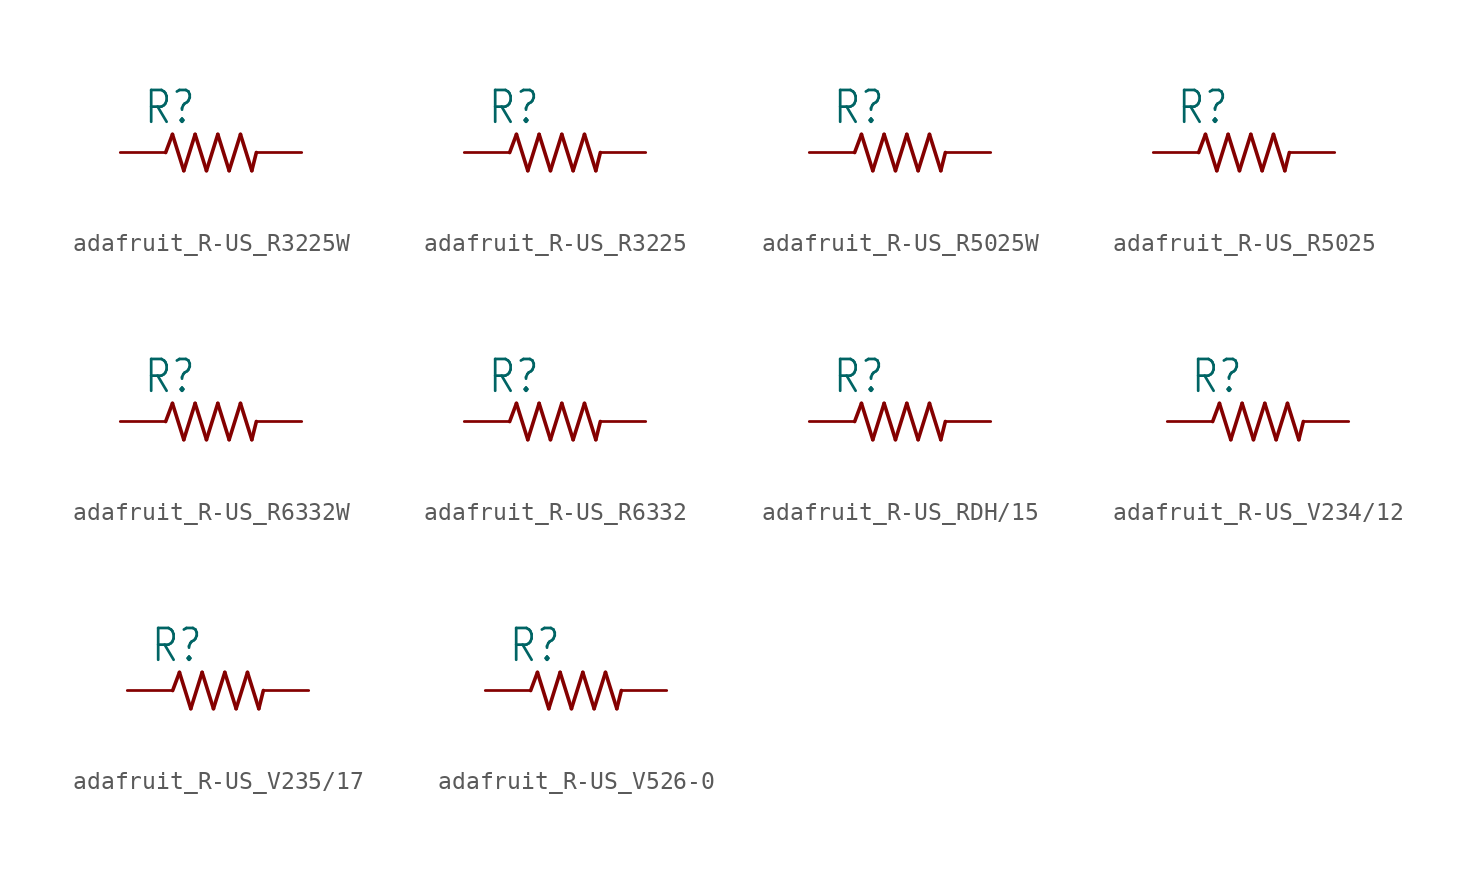
<source format=kicad_sym>
(kicad_symbol_lib
  (version 20220914)
  (generator kicad_symbol_editor)
  (symbol "adafruit_R-US_R3225W"
    (property "Reference" "R"
      (at -3.81 1.499 0)
      (effects (font (size 1.778 1.511)) (justify left bottom)))
    (property "Value" ""
      (at -3.81 -3.302 0)
      (effects (font (size 1.778 1.511)) (justify left bottom)))
    (property "ki_locked" ""
      (at 0 0 0)
      (effects (font (size 1.27 1.27))))
    (symbol "adafruit_R-US_R3225W_1_0"
      (polyline (pts (xy -2.54 0) (xy -2.159 1.016)) (stroke (width 0.203) (type solid)) (fill (type none)))
      (polyline (pts (xy -2.159 1.016) (xy -1.524 -1.016)) (stroke (width 0.203) (type solid)) (fill (type none)))
      (polyline (pts (xy -1.524 -1.016) (xy -0.889 1.016)) (stroke (width 0.203) (type solid)) (fill (type none)))
      (polyline (pts (xy -0.889 1.016) (xy -0.254 -1.016)) (stroke (width 0.203) (type solid)) (fill (type none)))
      (polyline (pts (xy -0.254 -1.016) (xy 0.381 1.016)) (stroke (width 0.203) (type solid)) (fill (type none)))
      (polyline (pts (xy 0.381 1.016) (xy 1.016 -1.016)) (stroke (width 0.203) (type solid)) (fill (type none)))
      (polyline (pts (xy 1.016 -1.016) (xy 1.651 1.016)) (stroke (width 0.203) (type solid)) (fill (type none)))
      (polyline (pts (xy 1.651 1.016) (xy 2.286 -1.016)) (stroke (width 0.203) (type solid)) (fill (type none)))
      (polyline (pts (xy 2.286 -1.016) (xy 2.54 0)) (stroke (width 0.203) (type solid)) (fill (type none)))
      (pin passive line (at -5.08 0 0) (length 2.54) (name "1" (effects (font (size 0 0)))) (number "1" (effects (font (size 0 0)))))
      (pin passive line (at 5.08 0 180) (length 2.54) (name "2" (effects (font (size 0 0)))) (number "2" (effects (font (size 0 0)))))))
  (symbol "adafruit_R-US_R3225"
    (property "Reference" "R"
      (at -3.81 1.499 0)
      (effects (font (size 1.778 1.511)) (justify left bottom)))
    (property "Value" ""
      (at -3.81 -3.302 0)
      (effects (font (size 1.778 1.511)) (justify left bottom)))
    (property "ki_locked" ""
      (at 0 0 0)
      (effects (font (size 1.27 1.27))))
    (symbol "adafruit_R-US_R3225_1_0"
      (polyline (pts (xy -2.54 0) (xy -2.159 1.016)) (stroke (width 0.203) (type solid)) (fill (type none)))
      (polyline (pts (xy -2.159 1.016) (xy -1.524 -1.016)) (stroke (width 0.203) (type solid)) (fill (type none)))
      (polyline (pts (xy -1.524 -1.016) (xy -0.889 1.016)) (stroke (width 0.203) (type solid)) (fill (type none)))
      (polyline (pts (xy -0.889 1.016) (xy -0.254 -1.016)) (stroke (width 0.203) (type solid)) (fill (type none)))
      (polyline (pts (xy -0.254 -1.016) (xy 0.381 1.016)) (stroke (width 0.203) (type solid)) (fill (type none)))
      (polyline (pts (xy 0.381 1.016) (xy 1.016 -1.016)) (stroke (width 0.203) (type solid)) (fill (type none)))
      (polyline (pts (xy 1.016 -1.016) (xy 1.651 1.016)) (stroke (width 0.203) (type solid)) (fill (type none)))
      (polyline (pts (xy 1.651 1.016) (xy 2.286 -1.016)) (stroke (width 0.203) (type solid)) (fill (type none)))
      (polyline (pts (xy 2.286 -1.016) (xy 2.54 0)) (stroke (width 0.203) (type solid)) (fill (type none)))
      (pin passive line (at -5.08 0 0) (length 2.54) (name "1" (effects (font (size 0 0)))) (number "1" (effects (font (size 0 0)))))
      (pin passive line (at 5.08 0 180) (length 2.54) (name "2" (effects (font (size 0 0)))) (number "2" (effects (font (size 0 0)))))))
  (symbol "adafruit_R-US_R5025W"
    (property "Reference" "R"
      (at -3.81 1.499 0)
      (effects (font (size 1.778 1.511)) (justify left bottom)))
    (property "Value" ""
      (at -3.81 -3.302 0)
      (effects (font (size 1.778 1.511)) (justify left bottom)))
    (property "ki_locked" ""
      (at 0 0 0)
      (effects (font (size 1.27 1.27))))
    (symbol "adafruit_R-US_R5025W_1_0"
      (polyline (pts (xy -2.54 0) (xy -2.159 1.016)) (stroke (width 0.203) (type solid)) (fill (type none)))
      (polyline (pts (xy -2.159 1.016) (xy -1.524 -1.016)) (stroke (width 0.203) (type solid)) (fill (type none)))
      (polyline (pts (xy -1.524 -1.016) (xy -0.889 1.016)) (stroke (width 0.203) (type solid)) (fill (type none)))
      (polyline (pts (xy -0.889 1.016) (xy -0.254 -1.016)) (stroke (width 0.203) (type solid)) (fill (type none)))
      (polyline (pts (xy -0.254 -1.016) (xy 0.381 1.016)) (stroke (width 0.203) (type solid)) (fill (type none)))
      (polyline (pts (xy 0.381 1.016) (xy 1.016 -1.016)) (stroke (width 0.203) (type solid)) (fill (type none)))
      (polyline (pts (xy 1.016 -1.016) (xy 1.651 1.016)) (stroke (width 0.203) (type solid)) (fill (type none)))
      (polyline (pts (xy 1.651 1.016) (xy 2.286 -1.016)) (stroke (width 0.203) (type solid)) (fill (type none)))
      (polyline (pts (xy 2.286 -1.016) (xy 2.54 0)) (stroke (width 0.203) (type solid)) (fill (type none)))
      (pin passive line (at -5.08 0 0) (length 2.54) (name "1" (effects (font (size 0 0)))) (number "1" (effects (font (size 0 0)))))
      (pin passive line (at 5.08 0 180) (length 2.54) (name "2" (effects (font (size 0 0)))) (number "2" (effects (font (size 0 0)))))))
  (symbol "adafruit_R-US_R5025"
    (property "Reference" "R"
      (at -3.81 1.499 0)
      (effects (font (size 1.778 1.511)) (justify left bottom)))
    (property "Value" ""
      (at -3.81 -3.302 0)
      (effects (font (size 1.778 1.511)) (justify left bottom)))
    (property "ki_locked" ""
      (at 0 0 0)
      (effects (font (size 1.27 1.27))))
    (symbol "adafruit_R-US_R5025_1_0"
      (polyline (pts (xy -2.54 0) (xy -2.159 1.016)) (stroke (width 0.203) (type solid)) (fill (type none)))
      (polyline (pts (xy -2.159 1.016) (xy -1.524 -1.016)) (stroke (width 0.203) (type solid)) (fill (type none)))
      (polyline (pts (xy -1.524 -1.016) (xy -0.889 1.016)) (stroke (width 0.203) (type solid)) (fill (type none)))
      (polyline (pts (xy -0.889 1.016) (xy -0.254 -1.016)) (stroke (width 0.203) (type solid)) (fill (type none)))
      (polyline (pts (xy -0.254 -1.016) (xy 0.381 1.016)) (stroke (width 0.203) (type solid)) (fill (type none)))
      (polyline (pts (xy 0.381 1.016) (xy 1.016 -1.016)) (stroke (width 0.203) (type solid)) (fill (type none)))
      (polyline (pts (xy 1.016 -1.016) (xy 1.651 1.016)) (stroke (width 0.203) (type solid)) (fill (type none)))
      (polyline (pts (xy 1.651 1.016) (xy 2.286 -1.016)) (stroke (width 0.203) (type solid)) (fill (type none)))
      (polyline (pts (xy 2.286 -1.016) (xy 2.54 0)) (stroke (width 0.203) (type solid)) (fill (type none)))
      (pin passive line (at -5.08 0 0) (length 2.54) (name "1" (effects (font (size 0 0)))) (number "1" (effects (font (size 0 0)))))
      (pin passive line (at 5.08 0 180) (length 2.54) (name "2" (effects (font (size 0 0)))) (number "2" (effects (font (size 0 0)))))))
  (symbol "adafruit_R-US_R6332W"
    (property "Reference" "R"
      (at -3.81 1.499 0)
      (effects (font (size 1.778 1.511)) (justify left bottom)))
    (property "Value" ""
      (at -3.81 -3.302 0)
      (effects (font (size 1.778 1.511)) (justify left bottom)))
    (property "ki_locked" ""
      (at 0 0 0)
      (effects (font (size 1.27 1.27))))
    (symbol "adafruit_R-US_R6332W_1_0"
      (polyline (pts (xy -2.54 0) (xy -2.159 1.016)) (stroke (width 0.203) (type solid)) (fill (type none)))
      (polyline (pts (xy -2.159 1.016) (xy -1.524 -1.016)) (stroke (width 0.203) (type solid)) (fill (type none)))
      (polyline (pts (xy -1.524 -1.016) (xy -0.889 1.016)) (stroke (width 0.203) (type solid)) (fill (type none)))
      (polyline (pts (xy -0.889 1.016) (xy -0.254 -1.016)) (stroke (width 0.203) (type solid)) (fill (type none)))
      (polyline (pts (xy -0.254 -1.016) (xy 0.381 1.016)) (stroke (width 0.203) (type solid)) (fill (type none)))
      (polyline (pts (xy 0.381 1.016) (xy 1.016 -1.016)) (stroke (width 0.203) (type solid)) (fill (type none)))
      (polyline (pts (xy 1.016 -1.016) (xy 1.651 1.016)) (stroke (width 0.203) (type solid)) (fill (type none)))
      (polyline (pts (xy 1.651 1.016) (xy 2.286 -1.016)) (stroke (width 0.203) (type solid)) (fill (type none)))
      (polyline (pts (xy 2.286 -1.016) (xy 2.54 0)) (stroke (width 0.203) (type solid)) (fill (type none)))
      (pin passive line (at -5.08 0 0) (length 2.54) (name "1" (effects (font (size 0 0)))) (number "1" (effects (font (size 0 0)))))
      (pin passive line (at 5.08 0 180) (length 2.54) (name "2" (effects (font (size 0 0)))) (number "2" (effects (font (size 0 0)))))))
  (symbol "adafruit_R-US_R6332"
    (property "Reference" "R"
      (at -3.81 1.499 0)
      (effects (font (size 1.778 1.511)) (justify left bottom)))
    (property "Value" ""
      (at -3.81 -3.302 0)
      (effects (font (size 1.778 1.511)) (justify left bottom)))
    (property "ki_locked" ""
      (at 0 0 0)
      (effects (font (size 1.27 1.27))))
    (symbol "adafruit_R-US_R6332_1_0"
      (polyline (pts (xy -2.54 0) (xy -2.159 1.016)) (stroke (width 0.203) (type solid)) (fill (type none)))
      (polyline (pts (xy -2.159 1.016) (xy -1.524 -1.016)) (stroke (width 0.203) (type solid)) (fill (type none)))
      (polyline (pts (xy -1.524 -1.016) (xy -0.889 1.016)) (stroke (width 0.203) (type solid)) (fill (type none)))
      (polyline (pts (xy -0.889 1.016) (xy -0.254 -1.016)) (stroke (width 0.203) (type solid)) (fill (type none)))
      (polyline (pts (xy -0.254 -1.016) (xy 0.381 1.016)) (stroke (width 0.203) (type solid)) (fill (type none)))
      (polyline (pts (xy 0.381 1.016) (xy 1.016 -1.016)) (stroke (width 0.203) (type solid)) (fill (type none)))
      (polyline (pts (xy 1.016 -1.016) (xy 1.651 1.016)) (stroke (width 0.203) (type solid)) (fill (type none)))
      (polyline (pts (xy 1.651 1.016) (xy 2.286 -1.016)) (stroke (width 0.203) (type solid)) (fill (type none)))
      (polyline (pts (xy 2.286 -1.016) (xy 2.54 0)) (stroke (width 0.203) (type solid)) (fill (type none)))
      (pin passive line (at -5.08 0 0) (length 2.54) (name "1" (effects (font (size 0 0)))) (number "1" (effects (font (size 0 0)))))
      (pin passive line (at 5.08 0 180) (length 2.54) (name "2" (effects (font (size 0 0)))) (number "2" (effects (font (size 0 0)))))))
  (symbol "adafruit_R-US_RDH/15"
    (property "Reference" "R"
      (at -3.81 1.499 0)
      (effects (font (size 1.778 1.511)) (justify left bottom)))
    (property "Value" ""
      (at -3.81 -3.302 0)
      (effects (font (size 1.778 1.511)) (justify left bottom)))
    (property "ki_locked" ""
      (at 0 0 0)
      (effects (font (size 1.27 1.27))))
    (symbol "adafruit_R-US_RDH/15_1_0"
      (polyline (pts (xy -2.54 0) (xy -2.159 1.016)) (stroke (width 0.203) (type solid)) (fill (type none)))
      (polyline (pts (xy -2.159 1.016) (xy -1.524 -1.016)) (stroke (width 0.203) (type solid)) (fill (type none)))
      (polyline (pts (xy -1.524 -1.016) (xy -0.889 1.016)) (stroke (width 0.203) (type solid)) (fill (type none)))
      (polyline (pts (xy -0.889 1.016) (xy -0.254 -1.016)) (stroke (width 0.203) (type solid)) (fill (type none)))
      (polyline (pts (xy -0.254 -1.016) (xy 0.381 1.016)) (stroke (width 0.203) (type solid)) (fill (type none)))
      (polyline (pts (xy 0.381 1.016) (xy 1.016 -1.016)) (stroke (width 0.203) (type solid)) (fill (type none)))
      (polyline (pts (xy 1.016 -1.016) (xy 1.651 1.016)) (stroke (width 0.203) (type solid)) (fill (type none)))
      (polyline (pts (xy 1.651 1.016) (xy 2.286 -1.016)) (stroke (width 0.203) (type solid)) (fill (type none)))
      (polyline (pts (xy 2.286 -1.016) (xy 2.54 0)) (stroke (width 0.203) (type solid)) (fill (type none)))
      (pin passive line (at -5.08 0 0) (length 2.54) (name "1" (effects (font (size 0 0)))) (number "1" (effects (font (size 0 0)))))
      (pin passive line (at 5.08 0 180) (length 2.54) (name "2" (effects (font (size 0 0)))) (number "2" (effects (font (size 0 0)))))))
  (symbol "adafruit_R-US_V234/12"
    (property "Reference" "R"
      (at -3.81 1.499 0)
      (effects (font (size 1.778 1.511)) (justify left bottom)))
    (property "Value" ""
      (at -3.81 -3.302 0)
      (effects (font (size 1.778 1.511)) (justify left bottom)))
    (property "ki_locked" ""
      (at 0 0 0)
      (effects (font (size 1.27 1.27))))
    (symbol "adafruit_R-US_V234/12_1_0"
      (polyline (pts (xy -2.54 0) (xy -2.159 1.016)) (stroke (width 0.203) (type solid)) (fill (type none)))
      (polyline (pts (xy -2.159 1.016) (xy -1.524 -1.016)) (stroke (width 0.203) (type solid)) (fill (type none)))
      (polyline (pts (xy -1.524 -1.016) (xy -0.889 1.016)) (stroke (width 0.203) (type solid)) (fill (type none)))
      (polyline (pts (xy -0.889 1.016) (xy -0.254 -1.016)) (stroke (width 0.203) (type solid)) (fill (type none)))
      (polyline (pts (xy -0.254 -1.016) (xy 0.381 1.016)) (stroke (width 0.203) (type solid)) (fill (type none)))
      (polyline (pts (xy 0.381 1.016) (xy 1.016 -1.016)) (stroke (width 0.203) (type solid)) (fill (type none)))
      (polyline (pts (xy 1.016 -1.016) (xy 1.651 1.016)) (stroke (width 0.203) (type solid)) (fill (type none)))
      (polyline (pts (xy 1.651 1.016) (xy 2.286 -1.016)) (stroke (width 0.203) (type solid)) (fill (type none)))
      (polyline (pts (xy 2.286 -1.016) (xy 2.54 0)) (stroke (width 0.203) (type solid)) (fill (type none)))
      (pin passive line (at -5.08 0 0) (length 2.54) (name "1" (effects (font (size 0 0)))) (number "1" (effects (font (size 0 0)))))
      (pin passive line (at 5.08 0 180) (length 2.54) (name "2" (effects (font (size 0 0)))) (number "2" (effects (font (size 0 0)))))))
  (symbol "adafruit_R-US_V235/17"
    (property "Reference" "R"
      (at -3.81 1.499 0)
      (effects (font (size 1.778 1.511)) (justify left bottom)))
    (property "Value" ""
      (at -3.81 -3.302 0)
      (effects (font (size 1.778 1.511)) (justify left bottom)))
    (property "ki_locked" ""
      (at 0 0 0)
      (effects (font (size 1.27 1.27))))
    (symbol "adafruit_R-US_V235/17_1_0"
      (polyline (pts (xy -2.54 0) (xy -2.159 1.016)) (stroke (width 0.203) (type solid)) (fill (type none)))
      (polyline (pts (xy -2.159 1.016) (xy -1.524 -1.016)) (stroke (width 0.203) (type solid)) (fill (type none)))
      (polyline (pts (xy -1.524 -1.016) (xy -0.889 1.016)) (stroke (width 0.203) (type solid)) (fill (type none)))
      (polyline (pts (xy -0.889 1.016) (xy -0.254 -1.016)) (stroke (width 0.203) (type solid)) (fill (type none)))
      (polyline (pts (xy -0.254 -1.016) (xy 0.381 1.016)) (stroke (width 0.203) (type solid)) (fill (type none)))
      (polyline (pts (xy 0.381 1.016) (xy 1.016 -1.016)) (stroke (width 0.203) (type solid)) (fill (type none)))
      (polyline (pts (xy 1.016 -1.016) (xy 1.651 1.016)) (stroke (width 0.203) (type solid)) (fill (type none)))
      (polyline (pts (xy 1.651 1.016) (xy 2.286 -1.016)) (stroke (width 0.203) (type solid)) (fill (type none)))
      (polyline (pts (xy 2.286 -1.016) (xy 2.54 0)) (stroke (width 0.203) (type solid)) (fill (type none)))
      (pin passive line (at -5.08 0 0) (length 2.54) (name "1" (effects (font (size 0 0)))) (number "1" (effects (font (size 0 0)))))
      (pin passive line (at 5.08 0 180) (length 2.54) (name "2" (effects (font (size 0 0)))) (number "2" (effects (font (size 0 0)))))))
  (symbol "adafruit_R-US_V526-0"
    (property "Reference" "R"
      (at -3.81 1.499 0)
      (effects (font (size 1.778 1.511)) (justify left bottom)))
    (property "Value" ""
      (at -3.81 -3.302 0)
      (effects (font (size 1.778 1.511)) (justify left bottom)))
    (property "ki_locked" ""
      (at 0 0 0)
      (effects (font (size 1.27 1.27))))
    (symbol "adafruit_R-US_V526-0_1_0"
      (polyline (pts (xy -2.54 0) (xy -2.159 1.016)) (stroke (width 0.203) (type solid)) (fill (type none)))
      (polyline (pts (xy -2.159 1.016) (xy -1.524 -1.016)) (stroke (width 0.203) (type solid)) (fill (type none)))
      (polyline (pts (xy -1.524 -1.016) (xy -0.889 1.016)) (stroke (width 0.203) (type solid)) (fill (type none)))
      (polyline (pts (xy -0.889 1.016) (xy -0.254 -1.016)) (stroke (width 0.203) (type solid)) (fill (type none)))
      (polyline (pts (xy -0.254 -1.016) (xy 0.381 1.016)) (stroke (width 0.203) (type solid)) (fill (type none)))
      (polyline (pts (xy 0.381 1.016) (xy 1.016 -1.016)) (stroke (width 0.203) (type solid)) (fill (type none)))
      (polyline (pts (xy 1.016 -1.016) (xy 1.651 1.016)) (stroke (width 0.203) (type solid)) (fill (type none)))
      (polyline (pts (xy 1.651 1.016) (xy 2.286 -1.016)) (stroke (width 0.203) (type solid)) (fill (type none)))
      (polyline (pts (xy 2.286 -1.016) (xy 2.54 0)) (stroke (width 0.203) (type solid)) (fill (type none)))
      (pin passive line (at -5.08 0 0) (length 2.54) (name "1" (effects (font (size 0 0)))) (number "1" (effects (font (size 0 0)))))
      (pin passive line (at 5.08 0 180) (length 2.54) (name "2" (effects (font (size 0 0)))) (number "2" (effects (font (size 0 0))))))))
</source>
